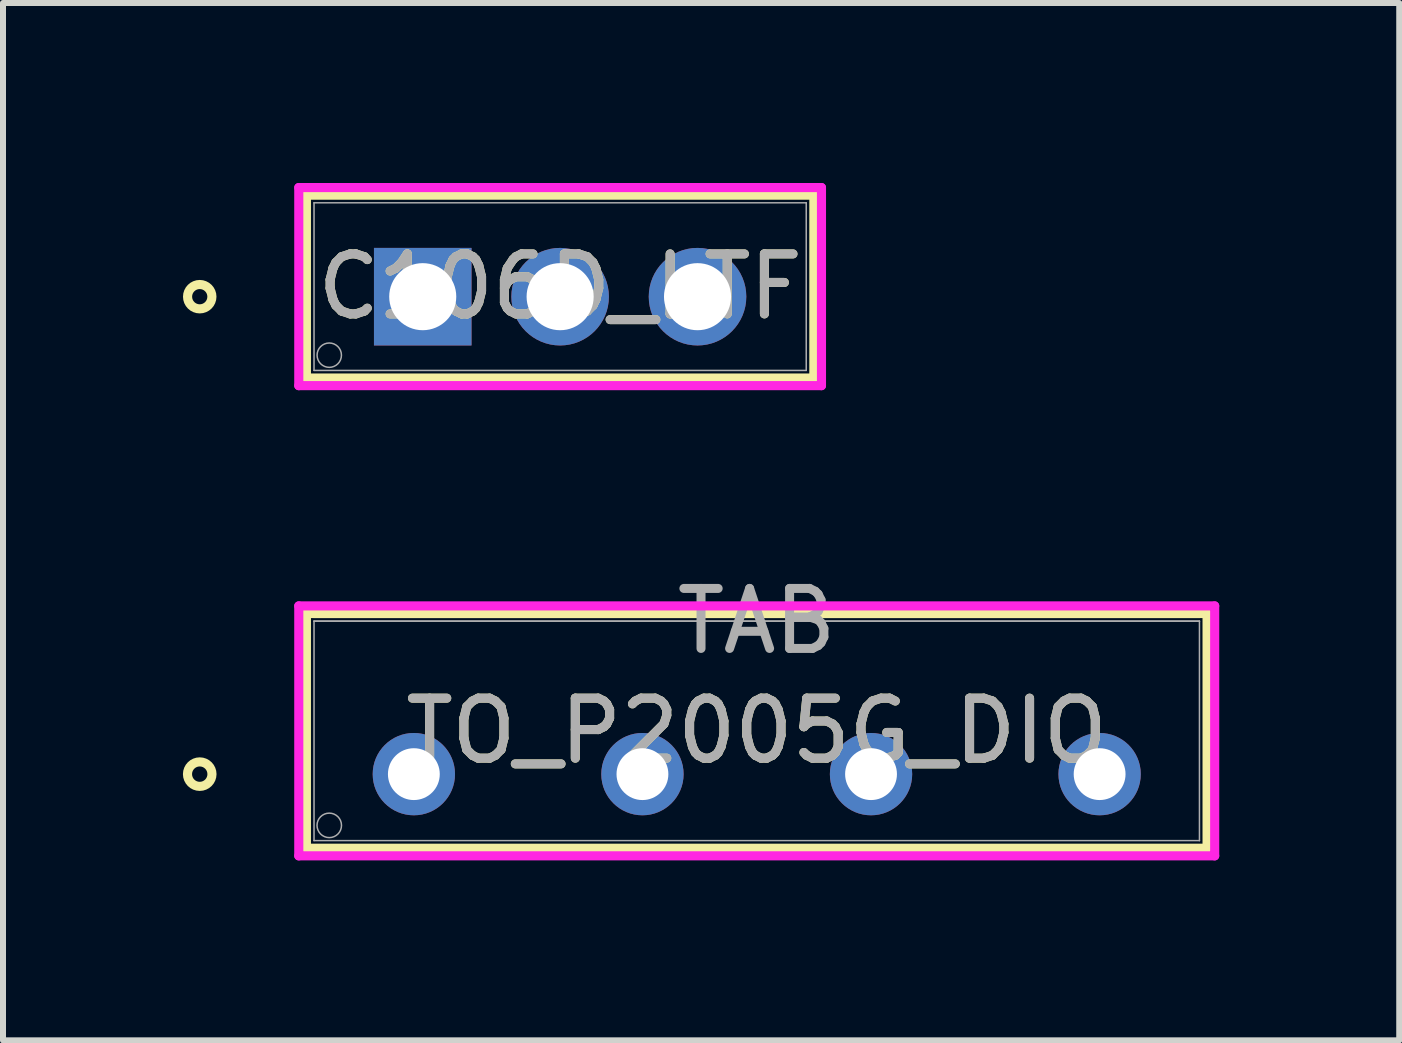
<source format=kicad_pcb>
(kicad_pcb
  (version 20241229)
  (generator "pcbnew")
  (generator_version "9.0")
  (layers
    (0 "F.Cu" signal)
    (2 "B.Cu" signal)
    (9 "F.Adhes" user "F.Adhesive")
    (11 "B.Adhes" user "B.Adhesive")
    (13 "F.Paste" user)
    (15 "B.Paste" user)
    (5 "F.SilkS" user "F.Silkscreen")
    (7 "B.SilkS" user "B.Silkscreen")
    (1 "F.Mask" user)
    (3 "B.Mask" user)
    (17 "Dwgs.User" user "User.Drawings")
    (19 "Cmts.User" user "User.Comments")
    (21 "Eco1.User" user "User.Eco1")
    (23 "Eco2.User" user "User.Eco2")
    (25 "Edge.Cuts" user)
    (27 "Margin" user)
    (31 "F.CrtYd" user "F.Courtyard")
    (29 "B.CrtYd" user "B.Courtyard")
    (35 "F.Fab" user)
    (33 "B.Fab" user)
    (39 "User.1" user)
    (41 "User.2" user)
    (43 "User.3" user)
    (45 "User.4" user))
  (footprint "C106D_LTF"
    (layer "F.Cu")
    (at 3.996 1.895)
    (property "Reference" "C106D_LTF" (at 2.29 -0.168 0) (unlocked yes) (layer "F.SilkS") (effects (font (size 1 1) (thickness 0.15))))
    (attr through_hole)
    (fp_line (start -1.939 -1.692) (end -1.939 1.356) (stroke (width 0.152) (type solid)) (layer "F.SilkS"))
    (fp_line (start -1.939 1.356) (end 6.519 1.356) (stroke (width 0.152) (type solid)) (layer "F.SilkS"))
    (fp_line (start 6.519 -1.692) (end -1.939 -1.692) (stroke (width 0.152) (type solid)) (layer "F.SilkS"))
    (fp_line (start 6.519 1.356) (end 6.519 -1.692) (stroke (width 0.152) (type solid)) (layer "F.SilkS"))
    (fp_circle (center -3.717 0) (end -3.514 0) (stroke (width 0.152) (type solid)) (fill no) (layer "F.SilkS"))
    (fp_line (start -2.066 -1.819) (end -2.066 1.483) (stroke (width 0.152) (type solid)) (layer "F.CrtYd"))
    (fp_line (start -2.066 1.483) (end 6.646 1.483) (stroke (width 0.152) (type solid)) (layer "F.CrtYd"))
    (fp_line (start 6.646 -1.819) (end -2.066 -1.819) (stroke (width 0.152) (type solid)) (layer "F.CrtYd"))
    (fp_line (start 6.646 1.483) (end 6.646 -1.819) (stroke (width 0.152) (type solid)) (layer "F.CrtYd"))
    (fp_line (start -1.812 -1.565) (end -1.812 1.229) (stroke (width 0.025) (type solid)) (layer "F.Fab"))
    (fp_line (start -1.812 1.229) (end 6.392 1.229) (stroke (width 0.025) (type solid)) (layer "F.Fab"))
    (fp_line (start 6.392 -1.565) (end -1.812 -1.565) (stroke (width 0.025) (type solid)) (layer "F.Fab"))
    (fp_line (start 6.392 1.229) (end 6.392 -1.565) (stroke (width 0.025) (type solid)) (layer "F.Fab"))
    (fp_circle (center -1.558 0.975) (end -1.355 0.975) (stroke (width 0.025) (type solid)) (fill no) (layer "F.Fab"))
    (fp_text user "${REFERENCE}" (at 2.29 -0.168 0) (unlocked yes) (layer "F.Fab") (effects (font (size 1 1) (thickness 0.15))))
    (pad "1" thru_hole rect (at 0 0.000001) (size 1.626 1.626) (drill 1.118) (layers "*.Cu" "*.Mask"))
    (pad "2" thru_hole circle (at 2.29 0.000001) (size 1.626 1.626) (drill 1.118) (layers "*.Cu" "*.Mask"))
    (pad "3" thru_hole circle (at 4.58 0.000001) (size 1.626 1.626) (drill 1.118) (layers "*.Cu" "*.Mask")))
  (footprint "TO_P2005G_DIO"
    (layer "F.Cu")
    (at 3.848 9.853)
    (property "Reference" "TO_P2005G_DIO" (at 5.715 -0.721 0) (unlocked yes) (layer "F.SilkS") (effects (font (size 1 1) (thickness 0.15))))
    (attr through_hole)
    (fp_line (start -1.791 -2.677) (end -1.791 1.235) (stroke (width 0.152) (type solid)) (layer "F.SilkS"))
    (fp_line (start -1.791 1.235) (end 13.221 1.235) (stroke (width 0.152) (type solid)) (layer "F.SilkS"))
    (fp_line (start -1.664 -2.677) (end 13.094 -2.677) (stroke (width 0.152) (type solid)) (layer "F.SilkS"))
    (fp_line (start 13.221 -2.677) (end -1.791 -2.677) (stroke (width 0.152) (type solid)) (layer "F.SilkS"))
    (fp_line (start 13.221 1.235) (end 13.221 -2.677) (stroke (width 0.152) (type solid)) (layer "F.SilkS"))
    (fp_circle (center -3.569 0) (end -3.365 0) (stroke (width 0.152) (type solid)) (fill no) (layer "F.SilkS"))
    (fp_line (start -1.918 -2.804) (end -1.918 1.362) (stroke (width 0.152) (type solid)) (layer "F.CrtYd"))
    (fp_line (start -1.918 1.362) (end 13.348 1.362) (stroke (width 0.152) (type solid)) (layer "F.CrtYd"))
    (fp_line (start 13.348 -2.804) (end -1.918 -2.804) (stroke (width 0.152) (type solid)) (layer "F.CrtYd"))
    (fp_line (start 13.348 1.362) (end 13.348 -2.804) (stroke (width 0.152) (type solid)) (layer "F.CrtYd"))
    (fp_line (start -1.664 -2.55) (end -1.664 1.108) (stroke (width 0.025) (type solid)) (layer "F.Fab"))
    (fp_line (start -1.664 -2.55) (end 13.094 -2.55) (stroke (width 0.025) (type solid)) (layer "F.Fab"))
    (fp_line (start -1.664 1.108) (end 13.094 1.108) (stroke (width 0.025) (type solid)) (layer "F.Fab"))
    (fp_line (start 13.094 -2.55) (end -1.664 -2.55) (stroke (width 0.025) (type solid)) (layer "F.Fab"))
    (fp_line (start 13.094 1.108) (end 13.094 -2.55) (stroke (width 0.025) (type solid)) (layer "F.Fab"))
    (fp_circle (center -1.41 0.854) (end -1.206 0.854) (stroke (width 0.025) (type solid)) (fill no) (layer "F.Fab"))
    (fp_text user "TAB" (at 5.715 -2.55 0) (unlocked yes) (layer "F.Fab") (effects (font (size 1 1) (thickness 0.15))))
    (fp_text user "${REFERENCE}" (at 5.715 -0.721 0) (unlocked yes) (layer "F.Fab") (effects (font (size 1 1) (thickness 0.15))))
    (pad "1" thru_hole circle (at 0 0) (size 1.372 1.372) (drill 0.864) (layers "*.Cu" "*.Mask"))
    (pad "2" thru_hole circle (at 3.81 0) (size 1.372 1.372) (drill 0.864) (layers "*.Cu" "*.Mask"))
    (pad "3" thru_hole circle (at 7.62 0) (size 1.372 1.372) (drill 0.864) (layers "*.Cu" "*.Mask"))
    (pad "4" thru_hole circle (at 11.43 0) (size 1.372 1.372) (drill 0.864) (layers "*.Cu" "*.Mask")))
  (gr_rect
    (start -3 -3)
    (end 20.272 14.29)
    (stroke (width 0.1) (type default))
    (fill no)
    (layer "Edge.Cuts")))
</source>
